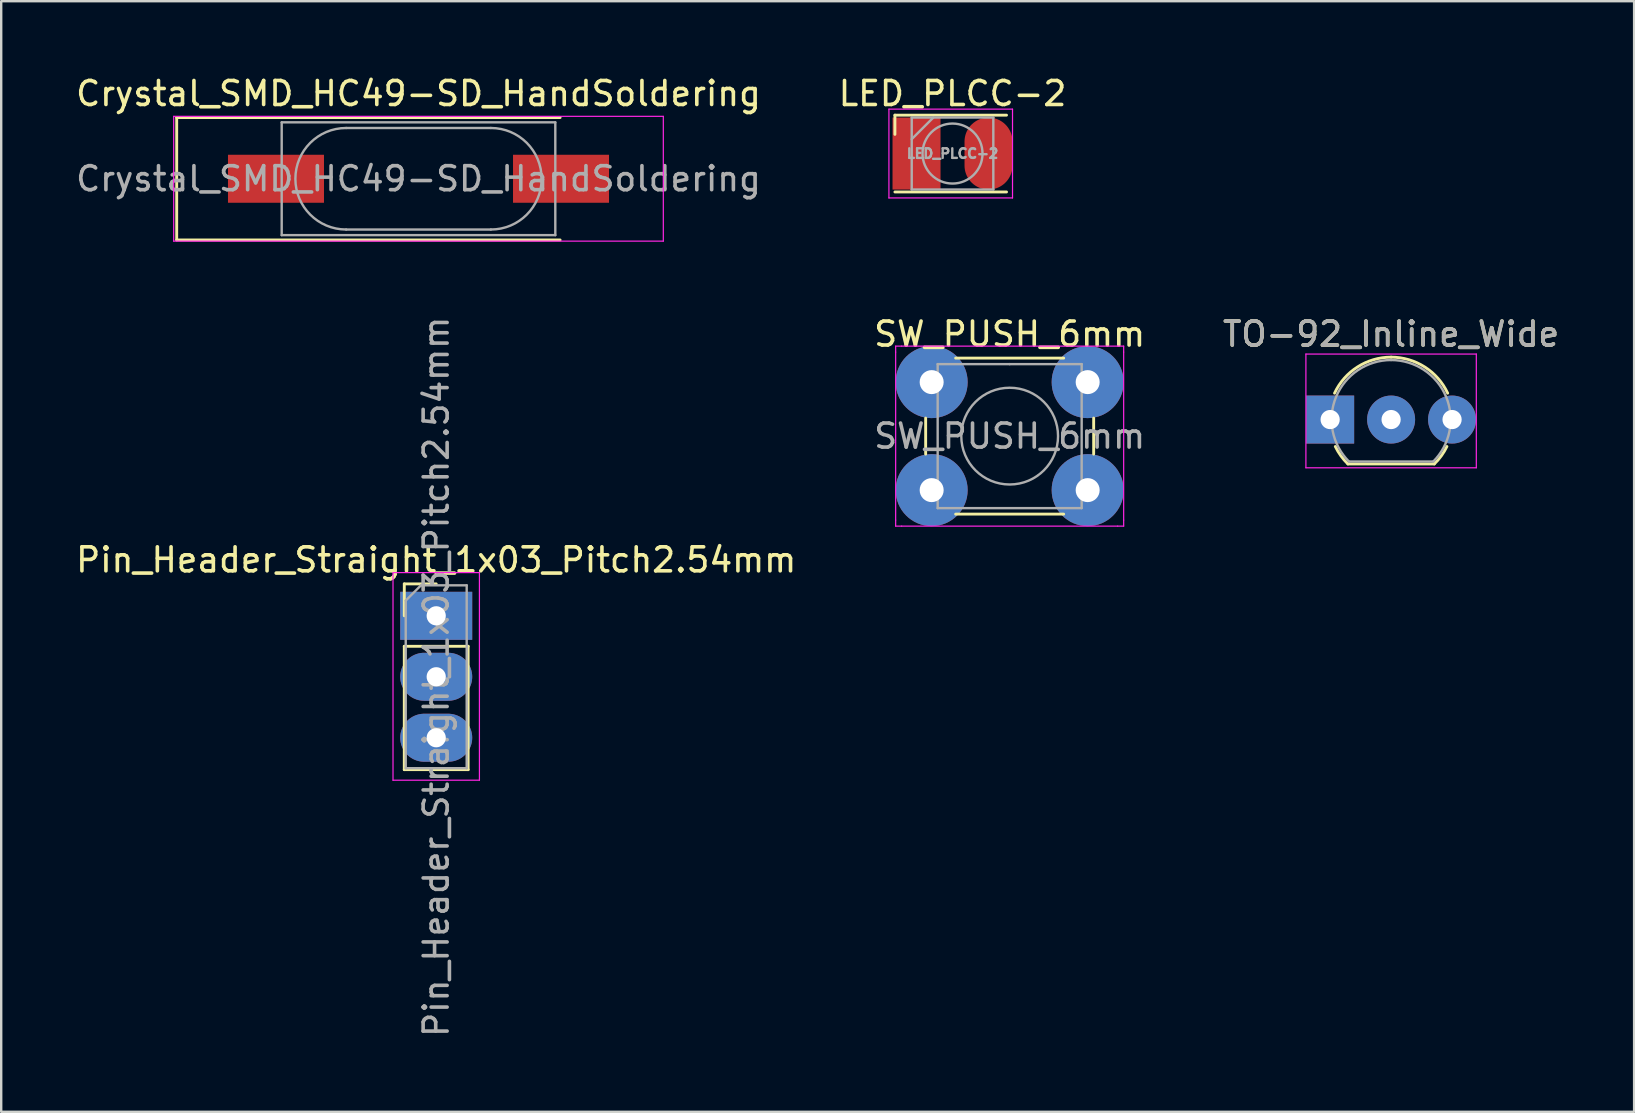
<source format=kicad_pcb>
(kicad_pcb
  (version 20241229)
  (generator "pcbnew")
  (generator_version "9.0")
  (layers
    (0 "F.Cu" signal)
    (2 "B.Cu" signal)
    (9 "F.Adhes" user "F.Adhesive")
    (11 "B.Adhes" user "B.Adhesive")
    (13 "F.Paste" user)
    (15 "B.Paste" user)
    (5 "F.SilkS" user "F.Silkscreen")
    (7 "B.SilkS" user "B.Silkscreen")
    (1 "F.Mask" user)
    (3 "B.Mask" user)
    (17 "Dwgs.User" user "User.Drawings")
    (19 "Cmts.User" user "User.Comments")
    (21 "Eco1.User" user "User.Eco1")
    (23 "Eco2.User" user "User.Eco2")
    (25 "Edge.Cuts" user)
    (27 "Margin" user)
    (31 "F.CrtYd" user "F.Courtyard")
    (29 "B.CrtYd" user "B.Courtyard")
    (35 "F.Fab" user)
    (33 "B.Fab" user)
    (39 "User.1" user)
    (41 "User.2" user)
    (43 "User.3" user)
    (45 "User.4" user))
  (footprint "Crystal_SMD_HC49-SD_HandSoldering"
    (layer "F.Cu")
    (at 14.387 4.398)
    (property "Reference" "Crystal_SMD_HC49-SD_HandSoldering" (at 0 -3.55 0) (layer "F.SilkS") (effects (font (size 1 1) (thickness 0.15))))
    (attr smd)
    (fp_line (start -10.075 -2.55) (end -10.075 2.55) (stroke (width 0.12) (type solid)) (layer "F.SilkS"))
    (fp_line (start -10.075 2.55) (end 5.9 2.55) (stroke (width 0.12) (type solid)) (layer "F.SilkS"))
    (fp_line (start 5.9 -2.55) (end -10.075 -2.55) (stroke (width 0.12) (type solid)) (layer "F.SilkS"))
    (fp_line (start -10.2 -2.6) (end -10.2 2.6) (stroke (width 0.05) (type solid)) (layer "F.CrtYd"))
    (fp_line (start -10.2 2.6) (end 10.2 2.6) (stroke (width 0.05) (type solid)) (layer "F.CrtYd"))
    (fp_line (start 10.2 -2.6) (end -10.2 -2.6) (stroke (width 0.05) (type solid)) (layer "F.CrtYd"))
    (fp_line (start 10.2 2.6) (end 10.2 -2.6) (stroke (width 0.05) (type solid)) (layer "F.CrtYd"))
    (fp_line (start -5.7 -2.35) (end -5.7 2.35) (stroke (width 0.1) (type solid)) (layer "F.Fab"))
    (fp_line (start -5.7 2.35) (end 5.7 2.35) (stroke (width 0.1) (type solid)) (layer "F.Fab"))
    (fp_line (start -3.015 -2.115) (end 3.015 -2.115) (stroke (width 0.1) (type solid)) (layer "F.Fab"))
    (fp_line (start -3.015 2.115) (end 3.015 2.115) (stroke (width 0.1) (type solid)) (layer "F.Fab"))
    (fp_line (start 5.7 -2.35) (end -5.7 -2.35) (stroke (width 0.1) (type solid)) (layer "F.Fab"))
    (fp_line (start 5.7 2.35) (end 5.7 -2.35) (stroke (width 0.1) (type solid)) (layer "F.Fab"))
    (fp_arc (start -3.015 2.115) (mid -5.13 0) (end -3.015 -2.115) (stroke (width 0.1) (type solid)) (layer "F.Fab"))
    (fp_arc (start 3.015 -2.115) (mid 5.13 0) (end 3.015 2.115) (stroke (width 0.1) (type solid)) (layer "F.Fab"))
    (fp_text user "${REFERENCE}" (at 0 0 0) (layer "F.Fab") (effects (font (size 1 1) (thickness 0.15))))
    (pad "1" smd rect (at -5.938 0) (size 4 2) (layers "F.Cu" "F.Mask" "F.Paste"))
    (pad "2" smd rect (at 5.938 0) (size 4 2) (layers "F.Cu" "F.Mask" "F.Paste")))
  (footprint "LED_PLCC-2"
    (layer "F.Cu")
    (at 36.637 3.348)
    (property "Reference" "LED_PLCC-2" (at 0 -2.5 0) (layer "F.SilkS") (effects (font (size 1 1) (thickness 0.15))))
    (attr smd)
    (fp_line (start -2.4 -1.6) (end -2.4 -0.8) (stroke (width 0.12) (type solid)) (layer "F.SilkS"))
    (fp_line (start 2.25 -1.6) (end -2.4 -1.6) (stroke (width 0.12) (type solid)) (layer "F.SilkS"))
    (fp_line (start 2.25 1.6) (end -2.4 1.6) (stroke (width 0.12) (type solid)) (layer "F.SilkS"))
    (fp_line (start -2.65 -1.85) (end 2.5 -1.85) (stroke (width 0.05) (type solid)) (layer "F.CrtYd"))
    (fp_line (start -2.65 1.85) (end -2.65 -1.85) (stroke (width 0.05) (type solid)) (layer "F.CrtYd"))
    (fp_line (start 2.5 -1.85) (end 2.5 1.85) (stroke (width 0.05) (type solid)) (layer "F.CrtYd"))
    (fp_line (start 2.5 1.85) (end -2.65 1.85) (stroke (width 0.05) (type solid)) (layer "F.CrtYd"))
    (fp_line (start -1.7 -1.5) (end -1.7 1.5) (stroke (width 0.1) (type solid)) (layer "F.Fab"))
    (fp_line (start -1.7 -0.6) (end -0.8 -1.5) (stroke (width 0.1) (type solid)) (layer "F.Fab"))
    (fp_line (start -1.7 1.5) (end 1.7 1.5) (stroke (width 0.1) (type solid)) (layer "F.Fab"))
    (fp_line (start 1.7 -1.5) (end -1.7 -1.5) (stroke (width 0.1) (type solid)) (layer "F.Fab"))
    (fp_line (start 1.7 1.5) (end 1.7 -1.5) (stroke (width 0.1) (type solid)) (layer "F.Fab"))
    (fp_circle (center 0 0) (end 0 -1.25) (stroke (width 0.1) (type solid)) (fill no) (layer "F.Fab"))
    (fp_text user "${REFERENCE}" (at 0 0 0) (layer "F.Fab") (effects (font (size 0.4 0.4) (thickness 0.1))))
    (pad "1" smd rect (at -1.5 0) (size 2 3) (layers "F.Cu" "F.Mask" "F.Paste"))
    (pad "2" smd oval (at 1.5 0) (size 2 3) (layers "F.Cu" "F.Mask" "F.Paste")))
  (footprint "Pin_Header_Straight_1x03_Pitch2.54mm"
    (layer "F.Cu")
    (at 15.125 22.608)
    (property "Reference" "Pin_Header_Straight_1x03_Pitch2.54mm" (at 0 -2.33 0) (layer "F.SilkS") (effects (font (size 1 1) (thickness 0.15))))
    (attr through_hole)
    (fp_line (start -1.33 -1.33) (end 0 -1.33) (stroke (width 0.12) (type solid)) (layer "F.SilkS"))
    (fp_line (start -1.33 0) (end -1.33 -1.33) (stroke (width 0.12) (type solid)) (layer "F.SilkS"))
    (fp_line (start -1.33 1.27) (end -1.33 6.41) (stroke (width 0.12) (type solid)) (layer "F.SilkS"))
    (fp_line (start -1.33 1.27) (end 1.33 1.27) (stroke (width 0.12) (type solid)) (layer "F.SilkS"))
    (fp_line (start -1.33 6.41) (end 1.33 6.41) (stroke (width 0.12) (type solid)) (layer "F.SilkS"))
    (fp_line (start 1.33 1.27) (end 1.33 6.41) (stroke (width 0.12) (type solid)) (layer "F.SilkS"))
    (fp_line (start -1.8 -1.8) (end -1.8 6.85) (stroke (width 0.05) (type solid)) (layer "F.CrtYd"))
    (fp_line (start -1.8 6.85) (end 1.8 6.85) (stroke (width 0.05) (type solid)) (layer "F.CrtYd"))
    (fp_line (start 1.8 -1.8) (end -1.8 -1.8) (stroke (width 0.05) (type solid)) (layer "F.CrtYd"))
    (fp_line (start 1.8 6.85) (end 1.8 -1.8) (stroke (width 0.05) (type solid)) (layer "F.CrtYd"))
    (fp_line (start -1.27 -0.635) (end -0.635 -1.27) (stroke (width 0.1) (type solid)) (layer "F.Fab"))
    (fp_line (start -1.27 6.35) (end -1.27 -0.635) (stroke (width 0.1) (type solid)) (layer "F.Fab"))
    (fp_line (start -0.635 -1.27) (end 1.27 -1.27) (stroke (width 0.1) (type solid)) (layer "F.Fab"))
    (fp_line (start 1.27 -1.27) (end 1.27 6.35) (stroke (width 0.1) (type solid)) (layer "F.Fab"))
    (fp_line (start 1.27 6.35) (end -1.27 6.35) (stroke (width 0.1) (type solid)) (layer "F.Fab"))
    (fp_text user "${REFERENCE}" (at 0 2.54 90) (layer "F.Fab") (effects (font (size 1 1) (thickness 0.15))))
    (pad "1" thru_hole rect (at 0 0) (size 3 2) (drill 0.8) (layers "*.Cu" "*.Mask"))
    (pad "2" thru_hole oval (at 0 2.54) (size 3 2) (drill 0.8) (layers "*.Cu" "*.Mask"))
    (pad "3" thru_hole oval (at 0 5.08) (size 3 2) (drill 0.8) (layers "*.Cu" "*.Mask")))
  (footprint "SW_PUSH_6mm"
    (layer "F.Cu")
    (at 35.768 12.871)
    (property "Reference" "SW_PUSH_6mm" (at 3.25 -2 0) (layer "F.SilkS") (effects (font (size 1 1) (thickness 0.15))))
    (attr through_hole)
    (fp_line (start -0.25 1.5) (end -0.25 3) (stroke (width 0.12) (type solid)) (layer "F.SilkS"))
    (fp_line (start 1 5.5) (end 5.5 5.5) (stroke (width 0.12) (type solid)) (layer "F.SilkS"))
    (fp_line (start 5.5 -1) (end 1 -1) (stroke (width 0.12) (type solid)) (layer "F.SilkS"))
    (fp_line (start 6.75 3) (end 6.75 1.5) (stroke (width 0.12) (type solid)) (layer "F.SilkS"))
    (fp_line (start -1.5 -1.5) (end -1.25 -1.5) (stroke (width 0.05) (type solid)) (layer "F.CrtYd"))
    (fp_line (start -1.5 -1.25) (end -1.5 -1.5) (stroke (width 0.05) (type solid)) (layer "F.CrtYd"))
    (fp_line (start -1.5 5.75) (end -1.5 -1.25) (stroke (width 0.05) (type solid)) (layer "F.CrtYd"))
    (fp_line (start -1.5 5.75) (end -1.5 6) (stroke (width 0.05) (type solid)) (layer "F.CrtYd"))
    (fp_line (start -1.5 6) (end -1.25 6) (stroke (width 0.05) (type solid)) (layer "F.CrtYd"))
    (fp_line (start -1.25 -1.5) (end 7.75 -1.5) (stroke (width 0.05) (type solid)) (layer "F.CrtYd"))
    (fp_line (start 7.75 -1.5) (end 8 -1.5) (stroke (width 0.05) (type solid)) (layer "F.CrtYd"))
    (fp_line (start 7.75 6) (end -1.25 6) (stroke (width 0.05) (type solid)) (layer "F.CrtYd"))
    (fp_line (start 7.75 6) (end 8 6) (stroke (width 0.05) (type solid)) (layer "F.CrtYd"))
    (fp_line (start 8 -1.5) (end 8 -1.25) (stroke (width 0.05) (type solid)) (layer "F.CrtYd"))
    (fp_line (start 8 -1.25) (end 8 5.75) (stroke (width 0.05) (type solid)) (layer "F.CrtYd"))
    (fp_line (start 8 6) (end 8 5.75) (stroke (width 0.05) (type solid)) (layer "F.CrtYd"))
    (fp_line (start 0.25 -0.75) (end 3.25 -0.75) (stroke (width 0.1) (type solid)) (layer "F.Fab"))
    (fp_line (start 0.25 5.25) (end 0.25 -0.75) (stroke (width 0.1) (type solid)) (layer "F.Fab"))
    (fp_line (start 3.25 -0.75) (end 6.25 -0.75) (stroke (width 0.1) (type solid)) (layer "F.Fab"))
    (fp_line (start 6.25 -0.75) (end 6.25 5.25) (stroke (width 0.1) (type solid)) (layer "F.Fab"))
    (fp_line (start 6.25 5.25) (end 0.25 5.25) (stroke (width 0.1) (type solid)) (layer "F.Fab"))
    (fp_circle (center 3.25 2.25) (end 1.25 2.5) (stroke (width 0.1) (type solid)) (fill no) (layer "F.Fab"))
    (fp_text user "${REFERENCE}" (at 3.25 2.25 0) (layer "F.Fab") (effects (font (size 1 1) (thickness 0.15))))
    (pad "1" thru_hole circle (at 0 0 90) (size 3 3) (drill 1) (layers "*.Cu" "*.Mask"))
    (pad "1" thru_hole circle (at 6.5 0 90) (size 3 3) (drill 1) (layers "*.Cu" "*.Mask"))
    (pad "2" thru_hole circle (at 0 4.5 90) (size 3 3) (drill 1) (layers "*.Cu" "*.Mask"))
    (pad "2" thru_hole circle (at 6.5 4.5 90) (size 3 3) (drill 1) (layers "*.Cu" "*.Mask")))
  (footprint "TO-92_Inline_Wide"
    (layer "F.Cu")
    (at 52.371 14.431)
    (property "Reference" "TO-92_Inline_Wide" (at 2.54 -3.56 180) (layer "F.SilkS") (effects (font (size 1 1) (thickness 0.15))))
    (attr through_hole)
    (fp_line (start 0.74 1.85) (end 4.34 1.85) (stroke (width 0.12) (type solid)) (layer "F.SilkS"))
    (fp_arc (start 0.1836 -1.098807) (mid 1.143021 -2.192817) (end 2.54 -2.6) (stroke (width 0.12) (type solid)) (layer "F.SilkS"))
    (fp_arc (start 0.74 1.85) (mid 0.446097 1.509328) (end 0.215816 1.122795) (stroke (width 0.12) (type solid)) (layer "F.SilkS"))
    (fp_arc (start 2.54 -2.6) (mid 3.936979 -2.192818) (end 4.8964 -1.098807) (stroke (width 0.12) (type solid)) (layer "F.SilkS"))
    (fp_arc (start 4.864184 1.122795) (mid 4.633903 1.509328) (end 4.34 1.85) (stroke (width 0.12) (type solid)) (layer "F.SilkS"))
    (fp_line (start -1.01 -2.73) (end -1.01 2.01) (stroke (width 0.05) (type solid)) (layer "F.CrtYd"))
    (fp_line (start -1.01 -2.73) (end 6.09 -2.73) (stroke (width 0.05) (type solid)) (layer "F.CrtYd"))
    (fp_line (start 6.09 2.01) (end -1.01 2.01) (stroke (width 0.05) (type solid)) (layer "F.CrtYd"))
    (fp_line (start 6.09 2.01) (end 6.09 -2.73) (stroke (width 0.05) (type solid)) (layer "F.CrtYd"))
    (fp_line (start 0.8 1.75) (end 4.3 1.75) (stroke (width 0.1) (type solid)) (layer "F.Fab"))
    (fp_arc (start 0.786375 1.753625) (mid 0.248779 -0.949055) (end 2.54 -2.48) (stroke (width 0.1) (type solid)) (layer "F.Fab"))
    (fp_arc (start 2.54 -2.48) (mid 4.831221 -0.949055) (end 4.293625 1.753625) (stroke (width 0.1) (type solid)) (layer "F.Fab"))
    (fp_text user "${REFERENCE}" (at 2.54 -3.56 180) (layer "F.Fab") (effects (font (size 1 1) (thickness 0.15))))
    (pad "1" thru_hole rect (at 0 0 90) (size 2 2) (drill 0.8) (layers "*.Cu" "*.Mask"))
    (pad "2" thru_hole circle (at 2.54 0 90) (size 2 2) (drill 0.8) (layers "*.Cu" "*.Mask"))
    (pad "3" thru_hole circle (at 5.08 0 90) (size 2 2) (drill 0.8) (layers "*.Cu" "*.Mask")))
  (gr_rect
    (start -3 -3)
    (end 65.036 43.273)
    (stroke (width 0.1) (type default))
    (fill no)
    (layer "Edge.Cuts")))
</source>
